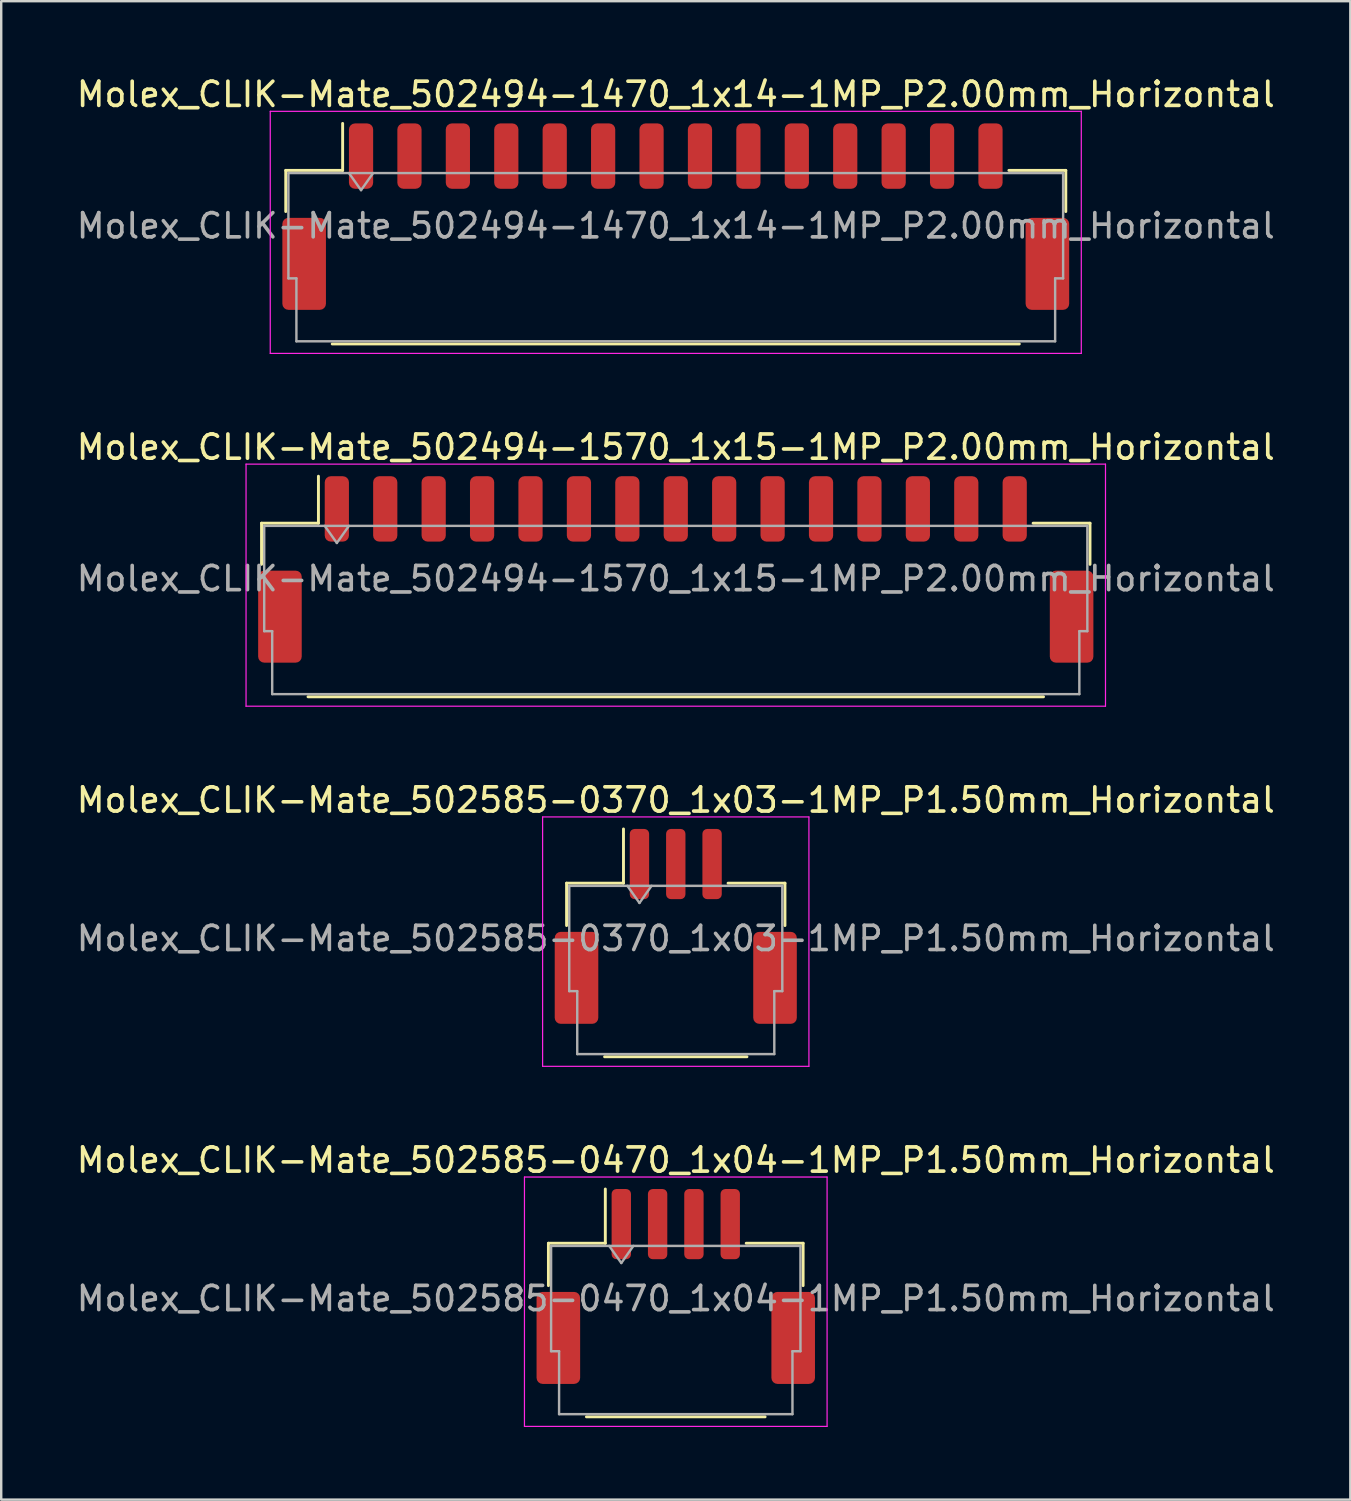
<source format=kicad_pcb>
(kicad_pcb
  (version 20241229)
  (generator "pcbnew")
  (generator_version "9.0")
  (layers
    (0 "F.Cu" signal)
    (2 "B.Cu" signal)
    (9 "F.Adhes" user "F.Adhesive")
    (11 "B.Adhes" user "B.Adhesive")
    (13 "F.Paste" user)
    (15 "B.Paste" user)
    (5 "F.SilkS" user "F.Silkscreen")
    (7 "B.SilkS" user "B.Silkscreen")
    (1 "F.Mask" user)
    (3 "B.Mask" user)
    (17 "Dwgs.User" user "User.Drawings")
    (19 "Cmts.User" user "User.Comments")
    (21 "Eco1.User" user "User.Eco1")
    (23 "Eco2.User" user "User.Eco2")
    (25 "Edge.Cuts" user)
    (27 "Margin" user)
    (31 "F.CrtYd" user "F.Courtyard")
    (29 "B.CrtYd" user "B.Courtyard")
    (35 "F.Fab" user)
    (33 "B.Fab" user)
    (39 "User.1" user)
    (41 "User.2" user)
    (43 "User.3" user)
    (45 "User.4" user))
  (footprint "Molex_CLIK-Mate_502494-1470_1x14-1MP_P2.00mm_Horizontal"
    (layer "F.Cu")
    (at 24.863 5.898)
    (property "Reference" "Molex_CLIK-Mate_502494-1470_1x14-1MP_P2.00mm_Horizontal" (at 0 -5.05 0) (layer "F.SilkS") (effects (font (size 1 1) (thickness 0.15))))
    (attr smd)
    (fp_line (start -16.11 -1.91) (end -13.76 -1.91) (stroke (width 0.12) (type solid)) (layer "F.SilkS"))
    (fp_line (start -16.11 -0.21) (end -16.11 -1.91) (stroke (width 0.12) (type solid)) (layer "F.SilkS"))
    (fp_line (start -14.19 5.26) (end 14.19 5.26) (stroke (width 0.12) (type solid)) (layer "F.SilkS"))
    (fp_line (start -13.76 -1.91) (end -13.76 -3.85) (stroke (width 0.12) (type solid)) (layer "F.SilkS"))
    (fp_line (start 16.11 -1.91) (end 13.76 -1.91) (stroke (width 0.12) (type solid)) (layer "F.SilkS"))
    (fp_line (start 16.11 -0.21) (end 16.11 -1.91) (stroke (width 0.12) (type solid)) (layer "F.SilkS"))
    (fp_line (start -16.75 -4.35) (end -16.75 5.65) (stroke (width 0.05) (type solid)) (layer "F.CrtYd"))
    (fp_line (start -16.75 5.65) (end 16.75 5.65) (stroke (width 0.05) (type solid)) (layer "F.CrtYd"))
    (fp_line (start 16.75 -4.35) (end -16.75 -4.35) (stroke (width 0.05) (type solid)) (layer "F.CrtYd"))
    (fp_line (start 16.75 5.65) (end 16.75 -4.35) (stroke (width 0.05) (type solid)) (layer "F.CrtYd"))
    (fp_line (start -16 -1.8) (end -16 2.55) (stroke (width 0.1) (type solid)) (layer "F.Fab"))
    (fp_line (start -16 -1.8) (end 16 -1.8) (stroke (width 0.1) (type solid)) (layer "F.Fab"))
    (fp_line (start -16 2.55) (end -15.67 2.55) (stroke (width 0.1) (type solid)) (layer "F.Fab"))
    (fp_line (start -15.67 2.55) (end -15.67 5.15) (stroke (width 0.1) (type solid)) (layer "F.Fab"))
    (fp_line (start -15.67 5.15) (end 15.67 5.15) (stroke (width 0.1) (type solid)) (layer "F.Fab"))
    (fp_line (start -13.5 -1.8) (end -13 -1.093) (stroke (width 0.1) (type solid)) (layer "F.Fab"))
    (fp_line (start -13 -1.093) (end -12.5 -1.8) (stroke (width 0.1) (type solid)) (layer "F.Fab"))
    (fp_line (start 15.67 2.55) (end 16 2.55) (stroke (width 0.1) (type solid)) (layer "F.Fab"))
    (fp_line (start 15.67 5.15) (end 15.67 2.55) (stroke (width 0.1) (type solid)) (layer "F.Fab"))
    (fp_line (start 16 -1.8) (end 16 2.55) (stroke (width 0.1) (type solid)) (layer "F.Fab"))
    (fp_text user "${REFERENCE}" (at 0 0.38 0) (layer "F.Fab") (effects (font (size 1 1) (thickness 0.15))))
    (pad "1" smd roundrect (at -13 -2.5) (size 1 2.7) (layers "F.Cu" "F.Mask" "F.Paste") (roundrect_rratio 0.25))
    (pad "2" smd roundrect (at -11 -2.5) (size 1 2.7) (layers "F.Cu" "F.Mask" "F.Paste") (roundrect_rratio 0.25))
    (pad "3" smd roundrect (at -9 -2.5) (size 1 2.7) (layers "F.Cu" "F.Mask" "F.Paste") (roundrect_rratio 0.25))
    (pad "4" smd roundrect (at -7 -2.5) (size 1 2.7) (layers "F.Cu" "F.Mask" "F.Paste") (roundrect_rratio 0.25))
    (pad "5" smd roundrect (at -5 -2.5) (size 1 2.7) (layers "F.Cu" "F.Mask" "F.Paste") (roundrect_rratio 0.25))
    (pad "6" smd roundrect (at -3 -2.5) (size 1 2.7) (layers "F.Cu" "F.Mask" "F.Paste") (roundrect_rratio 0.25))
    (pad "7" smd roundrect (at -1 -2.5) (size 1 2.7) (layers "F.Cu" "F.Mask" "F.Paste") (roundrect_rratio 0.25))
    (pad "8" smd roundrect (at 1 -2.5) (size 1 2.7) (layers "F.Cu" "F.Mask" "F.Paste") (roundrect_rratio 0.25))
    (pad "9" smd roundrect (at 3 -2.5) (size 1 2.7) (layers "F.Cu" "F.Mask" "F.Paste") (roundrect_rratio 0.25))
    (pad "10" smd roundrect (at 5 -2.5) (size 1 2.7) (layers "F.Cu" "F.Mask" "F.Paste") (roundrect_rratio 0.25))
    (pad "11" smd roundrect (at 7 -2.5) (size 1 2.7) (layers "F.Cu" "F.Mask" "F.Paste") (roundrect_rratio 0.25))
    (pad "12" smd roundrect (at 9 -2.5) (size 1 2.7) (layers "F.Cu" "F.Mask" "F.Paste") (roundrect_rratio 0.25))
    (pad "13" smd roundrect (at 11 -2.5) (size 1 2.7) (layers "F.Cu" "F.Mask" "F.Paste") (roundrect_rratio 0.25))
    (pad "14" smd roundrect (at 13 -2.5) (size 1 2.7) (layers "F.Cu" "F.Mask" "F.Paste") (roundrect_rratio 0.25))
    (pad "MP" smd roundrect (at -15.35 1.95) (size 1.8 3.8) (layers "F.Cu" "F.Mask" "F.Paste") (roundrect_rratio 0.139))
    (pad "MP" smd roundrect (at 15.35 1.95) (size 1.8 3.8) (layers "F.Cu" "F.Mask" "F.Paste") (roundrect_rratio 0.139)))
  (footprint "Molex_CLIK-Mate_502585-0470_1x04-1MP_P1.50mm_Horizontal"
    (layer "F.Cu")
    (at 24.863 50.088)
    (property "Reference" "Molex_CLIK-Mate_502585-0470_1x04-1MP_P1.50mm_Horizontal" (at 0 -5.22 0) (layer "F.SilkS") (effects (font (size 1 1) (thickness 0.15))))
    (attr smd)
    (fp_line (start -5.26 -1.785) (end -2.91 -1.785) (stroke (width 0.12) (type solid)) (layer "F.SilkS"))
    (fp_line (start -5.26 -0.035) (end -5.26 -1.785) (stroke (width 0.12) (type solid)) (layer "F.SilkS"))
    (fp_line (start -3.69 5.385) (end 3.69 5.385) (stroke (width 0.12) (type solid)) (layer "F.SilkS"))
    (fp_line (start -2.91 -1.785) (end -2.91 -4.025) (stroke (width 0.12) (type solid)) (layer "F.SilkS"))
    (fp_line (start 5.26 -1.785) (end 2.91 -1.785) (stroke (width 0.12) (type solid)) (layer "F.SilkS"))
    (fp_line (start 5.26 -0.035) (end 5.26 -1.785) (stroke (width 0.12) (type solid)) (layer "F.SilkS"))
    (fp_line (start -6.25 -4.52) (end -6.25 5.78) (stroke (width 0.05) (type solid)) (layer "F.CrtYd"))
    (fp_line (start -6.25 5.78) (end 6.25 5.78) (stroke (width 0.05) (type solid)) (layer "F.CrtYd"))
    (fp_line (start 6.25 -4.52) (end -6.25 -4.52) (stroke (width 0.05) (type solid)) (layer "F.CrtYd"))
    (fp_line (start 6.25 5.78) (end 6.25 -4.52) (stroke (width 0.05) (type solid)) (layer "F.CrtYd"))
    (fp_line (start -5.15 -1.675) (end -5.15 2.675) (stroke (width 0.1) (type solid)) (layer "F.Fab"))
    (fp_line (start -5.15 -1.675) (end 5.15 -1.675) (stroke (width 0.1) (type solid)) (layer "F.Fab"))
    (fp_line (start -5.15 2.675) (end -4.82 2.675) (stroke (width 0.1) (type solid)) (layer "F.Fab"))
    (fp_line (start -4.82 2.675) (end -4.82 5.275) (stroke (width 0.1) (type solid)) (layer "F.Fab"))
    (fp_line (start -4.82 5.275) (end 4.82 5.275) (stroke (width 0.1) (type solid)) (layer "F.Fab"))
    (fp_line (start -2.75 -1.675) (end -2.25 -0.968) (stroke (width 0.1) (type solid)) (layer "F.Fab"))
    (fp_line (start -2.25 -0.968) (end -1.75 -1.675) (stroke (width 0.1) (type solid)) (layer "F.Fab"))
    (fp_line (start 4.82 2.675) (end 5.15 2.675) (stroke (width 0.1) (type solid)) (layer "F.Fab"))
    (fp_line (start 4.82 5.275) (end 4.82 2.675) (stroke (width 0.1) (type solid)) (layer "F.Fab"))
    (fp_line (start 5.15 -1.675) (end 5.15 2.675) (stroke (width 0.1) (type solid)) (layer "F.Fab"))
    (fp_text user "${REFERENCE}" (at 0 0.5 0) (layer "F.Fab") (effects (font (size 1 1) (thickness 0.15))))
    (pad "1" smd roundrect (at -2.25 -2.575) (size 0.8 2.9) (layers "F.Cu" "F.Mask" "F.Paste") (roundrect_rratio 0.25))
    (pad "2" smd roundrect (at -0.75 -2.575) (size 0.8 2.9) (layers "F.Cu" "F.Mask" "F.Paste") (roundrect_rratio 0.25))
    (pad "3" smd roundrect (at 0.75 -2.575) (size 0.8 2.9) (layers "F.Cu" "F.Mask" "F.Paste") (roundrect_rratio 0.25))
    (pad "4" smd roundrect (at 2.25 -2.575) (size 0.8 2.9) (layers "F.Cu" "F.Mask" "F.Paste") (roundrect_rratio 0.25))
    (pad "MP" smd roundrect (at -4.85 2.125) (size 1.8 3.8) (layers "F.Cu" "F.Mask" "F.Paste") (roundrect_rratio 0.139))
    (pad "MP" smd roundrect (at 4.85 2.125) (size 1.8 3.8) (layers "F.Cu" "F.Mask" "F.Paste") (roundrect_rratio 0.139)))
  (footprint "Molex_CLIK-Mate_502585-0370_1x03-1MP_P1.50mm_Horizontal"
    (layer "F.Cu")
    (at 24.863 35.215)
    (property "Reference" "Molex_CLIK-Mate_502585-0370_1x03-1MP_P1.50mm_Horizontal" (at 0 -5.22 0) (layer "F.SilkS") (effects (font (size 1 1) (thickness 0.15))))
    (attr smd)
    (fp_line (start -4.51 -1.785) (end -2.16 -1.785) (stroke (width 0.12) (type solid)) (layer "F.SilkS"))
    (fp_line (start -4.51 -0.035) (end -4.51 -1.785) (stroke (width 0.12) (type solid)) (layer "F.SilkS"))
    (fp_line (start -2.94 5.385) (end 2.94 5.385) (stroke (width 0.12) (type solid)) (layer "F.SilkS"))
    (fp_line (start -2.16 -1.785) (end -2.16 -4.025) (stroke (width 0.12) (type solid)) (layer "F.SilkS"))
    (fp_line (start 4.51 -1.785) (end 2.16 -1.785) (stroke (width 0.12) (type solid)) (layer "F.SilkS"))
    (fp_line (start 4.51 -0.035) (end 4.51 -1.785) (stroke (width 0.12) (type solid)) (layer "F.SilkS"))
    (fp_line (start -5.5 -4.52) (end -5.5 5.78) (stroke (width 0.05) (type solid)) (layer "F.CrtYd"))
    (fp_line (start -5.5 5.78) (end 5.5 5.78) (stroke (width 0.05) (type solid)) (layer "F.CrtYd"))
    (fp_line (start 5.5 -4.52) (end -5.5 -4.52) (stroke (width 0.05) (type solid)) (layer "F.CrtYd"))
    (fp_line (start 5.5 5.78) (end 5.5 -4.52) (stroke (width 0.05) (type solid)) (layer "F.CrtYd"))
    (fp_line (start -4.4 -1.675) (end -4.4 2.675) (stroke (width 0.1) (type solid)) (layer "F.Fab"))
    (fp_line (start -4.4 -1.675) (end 4.4 -1.675) (stroke (width 0.1) (type solid)) (layer "F.Fab"))
    (fp_line (start -4.4 2.675) (end -4.07 2.675) (stroke (width 0.1) (type solid)) (layer "F.Fab"))
    (fp_line (start -4.07 2.675) (end -4.07 5.275) (stroke (width 0.1) (type solid)) (layer "F.Fab"))
    (fp_line (start -4.07 5.275) (end 4.07 5.275) (stroke (width 0.1) (type solid)) (layer "F.Fab"))
    (fp_line (start -2 -1.675) (end -1.5 -0.968) (stroke (width 0.1) (type solid)) (layer "F.Fab"))
    (fp_line (start -1.5 -0.968) (end -1 -1.675) (stroke (width 0.1) (type solid)) (layer "F.Fab"))
    (fp_line (start 4.07 2.675) (end 4.4 2.675) (stroke (width 0.1) (type solid)) (layer "F.Fab"))
    (fp_line (start 4.07 5.275) (end 4.07 2.675) (stroke (width 0.1) (type solid)) (layer "F.Fab"))
    (fp_line (start 4.4 -1.675) (end 4.4 2.675) (stroke (width 0.1) (type solid)) (layer "F.Fab"))
    (fp_text user "${REFERENCE}" (at 0 0.5 0) (layer "F.Fab") (effects (font (size 1 1) (thickness 0.15))))
    (pad "1" smd roundrect (at -1.5 -2.575) (size 0.8 2.9) (layers "F.Cu" "F.Mask" "F.Paste") (roundrect_rratio 0.25))
    (pad "2" smd roundrect (at 0 -2.575) (size 0.8 2.9) (layers "F.Cu" "F.Mask" "F.Paste") (roundrect_rratio 0.25))
    (pad "3" smd roundrect (at 1.5 -2.575) (size 0.8 2.9) (layers "F.Cu" "F.Mask" "F.Paste") (roundrect_rratio 0.25))
    (pad "MP" smd roundrect (at -4.1 2.125) (size 1.8 3.8) (layers "F.Cu" "F.Mask" "F.Paste") (roundrect_rratio 0.139))
    (pad "MP" smd roundrect (at 4.1 2.125) (size 1.8 3.8) (layers "F.Cu" "F.Mask" "F.Paste") (roundrect_rratio 0.139)))
  (footprint "Molex_CLIK-Mate_502494-1570_1x15-1MP_P2.00mm_Horizontal"
    (layer "F.Cu")
    (at 24.863 20.471)
    (property "Reference" "Molex_CLIK-Mate_502494-1570_1x15-1MP_P2.00mm_Horizontal" (at 0 -5.05 0) (layer "F.SilkS") (effects (font (size 1 1) (thickness 0.15))))
    (attr smd)
    (fp_line (start -17.11 -1.91) (end -14.76 -1.91) (stroke (width 0.12) (type solid)) (layer "F.SilkS"))
    (fp_line (start -17.11 -0.21) (end -17.11 -1.91) (stroke (width 0.12) (type solid)) (layer "F.SilkS"))
    (fp_line (start -15.19 5.26) (end 15.19 5.26) (stroke (width 0.12) (type solid)) (layer "F.SilkS"))
    (fp_line (start -14.76 -1.91) (end -14.76 -3.85) (stroke (width 0.12) (type solid)) (layer "F.SilkS"))
    (fp_line (start 17.11 -1.91) (end 14.76 -1.91) (stroke (width 0.12) (type solid)) (layer "F.SilkS"))
    (fp_line (start 17.11 -0.21) (end 17.11 -1.91) (stroke (width 0.12) (type solid)) (layer "F.SilkS"))
    (fp_line (start -17.75 -4.35) (end -17.75 5.65) (stroke (width 0.05) (type solid)) (layer "F.CrtYd"))
    (fp_line (start -17.75 5.65) (end 17.75 5.65) (stroke (width 0.05) (type solid)) (layer "F.CrtYd"))
    (fp_line (start 17.75 -4.35) (end -17.75 -4.35) (stroke (width 0.05) (type solid)) (layer "F.CrtYd"))
    (fp_line (start 17.75 5.65) (end 17.75 -4.35) (stroke (width 0.05) (type solid)) (layer "F.CrtYd"))
    (fp_line (start -17 -1.8) (end -17 2.55) (stroke (width 0.1) (type solid)) (layer "F.Fab"))
    (fp_line (start -17 -1.8) (end 17 -1.8) (stroke (width 0.1) (type solid)) (layer "F.Fab"))
    (fp_line (start -17 2.55) (end -16.67 2.55) (stroke (width 0.1) (type solid)) (layer "F.Fab"))
    (fp_line (start -16.67 2.55) (end -16.67 5.15) (stroke (width 0.1) (type solid)) (layer "F.Fab"))
    (fp_line (start -16.67 5.15) (end 16.67 5.15) (stroke (width 0.1) (type solid)) (layer "F.Fab"))
    (fp_line (start -14.5 -1.8) (end -14 -1.093) (stroke (width 0.1) (type solid)) (layer "F.Fab"))
    (fp_line (start -14 -1.093) (end -13.5 -1.8) (stroke (width 0.1) (type solid)) (layer "F.Fab"))
    (fp_line (start 16.67 2.55) (end 17 2.55) (stroke (width 0.1) (type solid)) (layer "F.Fab"))
    (fp_line (start 16.67 5.15) (end 16.67 2.55) (stroke (width 0.1) (type solid)) (layer "F.Fab"))
    (fp_line (start 17 -1.8) (end 17 2.55) (stroke (width 0.1) (type solid)) (layer "F.Fab"))
    (fp_text user "${REFERENCE}" (at 0 0.38 0) (layer "F.Fab") (effects (font (size 1 1) (thickness 0.15))))
    (pad "1" smd roundrect (at -14 -2.5) (size 1 2.7) (layers "F.Cu" "F.Mask" "F.Paste") (roundrect_rratio 0.25))
    (pad "2" smd roundrect (at -12 -2.5) (size 1 2.7) (layers "F.Cu" "F.Mask" "F.Paste") (roundrect_rratio 0.25))
    (pad "3" smd roundrect (at -10 -2.5) (size 1 2.7) (layers "F.Cu" "F.Mask" "F.Paste") (roundrect_rratio 0.25))
    (pad "4" smd roundrect (at -8 -2.5) (size 1 2.7) (layers "F.Cu" "F.Mask" "F.Paste") (roundrect_rratio 0.25))
    (pad "5" smd roundrect (at -6 -2.5) (size 1 2.7) (layers "F.Cu" "F.Mask" "F.Paste") (roundrect_rratio 0.25))
    (pad "6" smd roundrect (at -4 -2.5) (size 1 2.7) (layers "F.Cu" "F.Mask" "F.Paste") (roundrect_rratio 0.25))
    (pad "7" smd roundrect (at -2 -2.5) (size 1 2.7) (layers "F.Cu" "F.Mask" "F.Paste") (roundrect_rratio 0.25))
    (pad "8" smd roundrect (at 0 -2.5) (size 1 2.7) (layers "F.Cu" "F.Mask" "F.Paste") (roundrect_rratio 0.25))
    (pad "9" smd roundrect (at 2 -2.5) (size 1 2.7) (layers "F.Cu" "F.Mask" "F.Paste") (roundrect_rratio 0.25))
    (pad "10" smd roundrect (at 4 -2.5) (size 1 2.7) (layers "F.Cu" "F.Mask" "F.Paste") (roundrect_rratio 0.25))
    (pad "11" smd roundrect (at 6 -2.5) (size 1 2.7) (layers "F.Cu" "F.Mask" "F.Paste") (roundrect_rratio 0.25))
    (pad "12" smd roundrect (at 8 -2.5) (size 1 2.7) (layers "F.Cu" "F.Mask" "F.Paste") (roundrect_rratio 0.25))
    (pad "13" smd roundrect (at 10 -2.5) (size 1 2.7) (layers "F.Cu" "F.Mask" "F.Paste") (roundrect_rratio 0.25))
    (pad "14" smd roundrect (at 12 -2.5) (size 1 2.7) (layers "F.Cu" "F.Mask" "F.Paste") (roundrect_rratio 0.25))
    (pad "15" smd roundrect (at 14 -2.5) (size 1 2.7) (layers "F.Cu" "F.Mask" "F.Paste") (roundrect_rratio 0.25))
    (pad "MP" smd roundrect (at -16.35 1.95) (size 1.8 3.8) (layers "F.Cu" "F.Mask" "F.Paste") (roundrect_rratio 0.139))
    (pad "MP" smd roundrect (at 16.35 1.95) (size 1.8 3.8) (layers "F.Cu" "F.Mask" "F.Paste") (roundrect_rratio 0.139)))
  (gr_rect
    (start -3 -3)
    (end 52.726 58.893)
    (stroke (width 0.1) (type default))
    (fill no)
    (layer "Edge.Cuts")))
</source>
